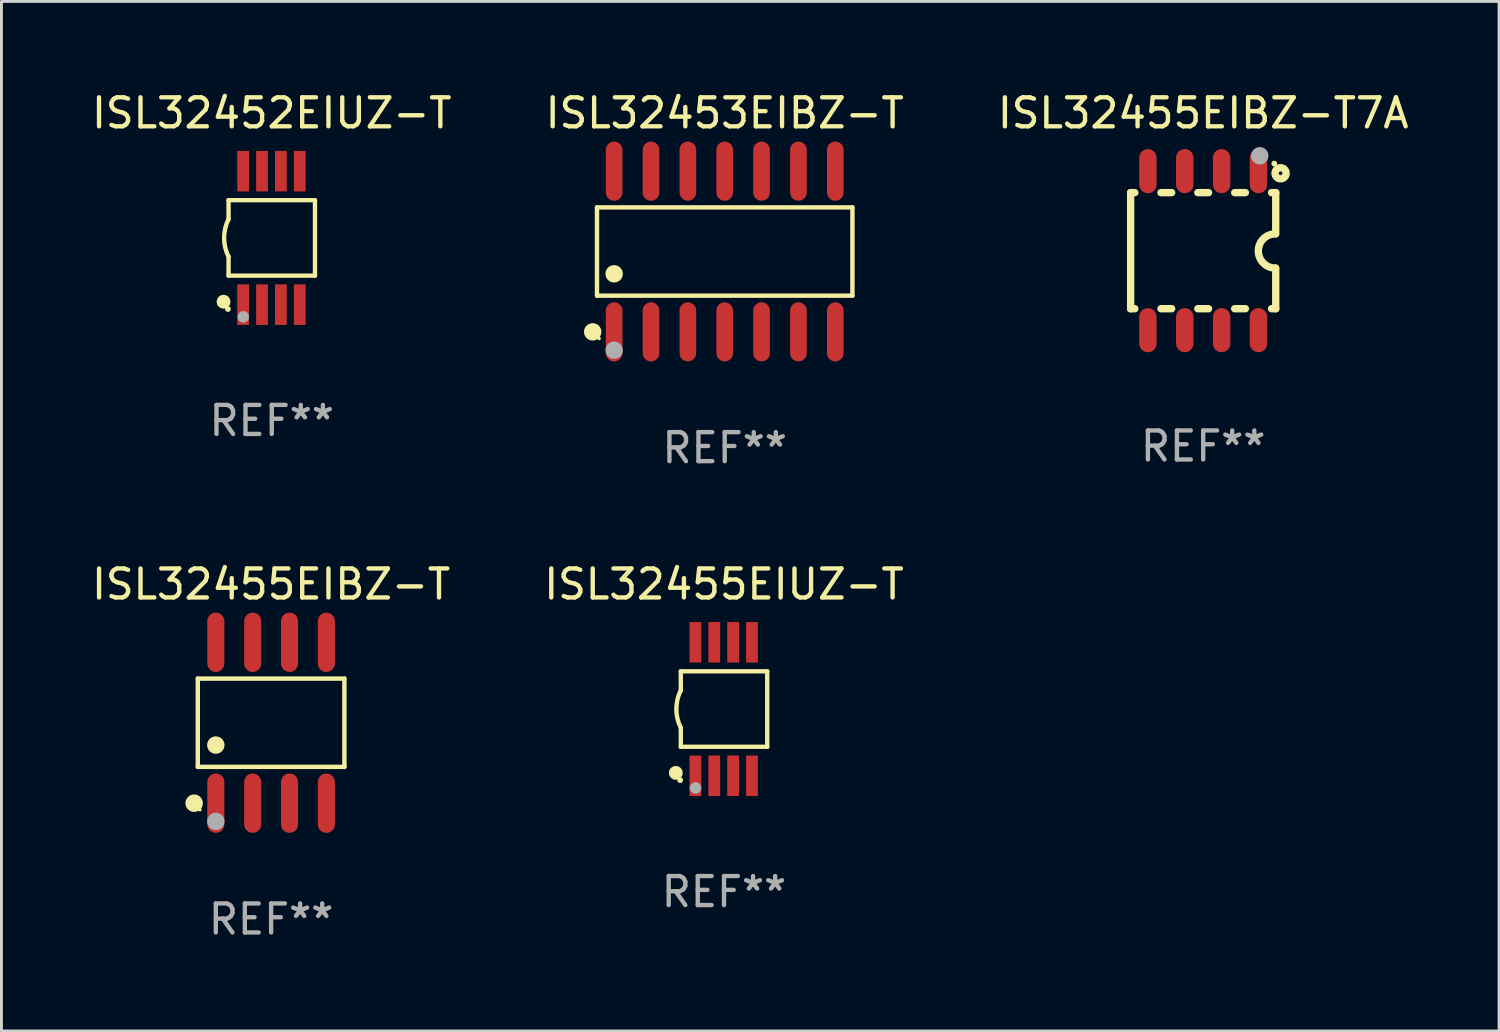
<source format=kicad_pcb>
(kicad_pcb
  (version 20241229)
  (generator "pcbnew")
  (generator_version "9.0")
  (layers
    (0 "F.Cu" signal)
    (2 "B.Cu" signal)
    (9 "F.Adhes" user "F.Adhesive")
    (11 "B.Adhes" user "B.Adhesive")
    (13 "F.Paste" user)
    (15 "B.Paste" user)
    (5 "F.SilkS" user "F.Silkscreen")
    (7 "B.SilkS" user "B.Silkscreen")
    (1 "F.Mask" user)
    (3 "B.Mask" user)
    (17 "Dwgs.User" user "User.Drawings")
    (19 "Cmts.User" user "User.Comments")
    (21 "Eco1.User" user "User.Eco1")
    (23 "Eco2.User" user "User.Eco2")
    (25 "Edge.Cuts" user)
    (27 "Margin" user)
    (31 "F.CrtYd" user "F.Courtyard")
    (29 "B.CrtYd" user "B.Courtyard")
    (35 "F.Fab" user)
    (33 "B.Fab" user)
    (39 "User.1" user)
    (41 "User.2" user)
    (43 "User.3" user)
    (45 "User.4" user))
  (footprint "ISL32455EIUZ-T"
    (layer "F.Cu")
    (at 21.899 21.383)
    (property "Reference" "ISL32455EIUZ-T" (at 0 -4.3 0) (layer "F.SilkS") (effects (font (size 1 1) (thickness 0.15))))
    (attr through_hole)
    (fp_line (start -1.489 -1.3) (end -1.489 -0.648) (stroke (width 0.15) (type solid)) (layer "F.SilkS"))
    (fp_line (start -1.489 0.648) (end -1.489 1.3) (stroke (width 0.15) (type solid)) (layer "F.SilkS"))
    (fp_line (start -1.489 1.3) (end 1.489 1.3) (stroke (width 0.15) (type solid)) (layer "F.SilkS"))
    (fp_line (start 1.489 -1.3) (end -1.489 -1.3) (stroke (width 0.15) (type solid)) (layer "F.SilkS"))
    (fp_line (start 1.489 1.3) (end 1.489 -1.3) (stroke (width 0.15) (type solid)) (layer "F.SilkS"))
    (fp_arc (start -1.489205 0.647702) (mid -1.642107 0) (end -1.489205 -0.647701) (stroke (width 0.150013) (type solid)) (layer "F.SilkS"))
    (fp_circle (center -1.661 2.2) (end -1.541 2.2) (stroke (width 0.24) (type solid)) (fill no) (layer "F.SilkS"))
    (fp_circle (center -1.511 2.45) (end -1.461 2.45) (stroke (width 0.1) (type solid)) (fill no) (layer "F.SilkS"))
    (fp_circle (center -0.981 2.72) (end -0.881 2.72) (stroke (width 0.2) (type solid)) (fill no) (layer "F.Fab"))
    (fp_text user "REF**" (at 0 6.3 0) (layer "F.Fab") (effects (font (size 1 1) (thickness 0.15))))
    (pad "1" smd rect (at -0.986 2.3) (size 0.406 1.397) (layers "F.Cu" "F.Mask" "F.Paste"))
    (pad "2" smd rect (at -0.336 2.3) (size 0.406 1.397) (layers "F.Cu" "F.Mask" "F.Paste"))
    (pad "3" smd rect (at 0.314 2.3) (size 0.406 1.397) (layers "F.Cu" "F.Mask" "F.Paste"))
    (pad "4" smd rect (at 0.964 2.3) (size 0.406 1.397) (layers "F.Cu" "F.Mask" "F.Paste"))
    (pad "5" smd rect (at 0.964 -2.3) (size 0.406 1.397) (layers "F.Cu" "F.Mask" "F.Paste"))
    (pad "6" smd rect (at 0.314 -2.3) (size 0.406 1.397) (layers "F.Cu" "F.Mask" "F.Paste"))
    (pad "7" smd rect (at -0.336 -2.3) (size 0.406 1.397) (layers "F.Cu" "F.Mask" "F.Paste"))
    (pad "8" smd rect (at -0.986 -2.3) (size 0.406 1.397) (layers "F.Cu" "F.Mask" "F.Paste")))
  (footprint "ISL32452EIUZ-T"
    (layer "F.Cu")
    (at 6.315 5.148)
    (property "Reference" "ISL32452EIUZ-T" (at 0 -4.3 0) (layer "F.SilkS") (effects (font (size 1 1) (thickness 0.15))))
    (attr through_hole)
    (fp_line (start -1.489 -1.3) (end -1.489 -0.648) (stroke (width 0.15) (type solid)) (layer "F.SilkS"))
    (fp_line (start -1.489 0.648) (end -1.489 1.3) (stroke (width 0.15) (type solid)) (layer "F.SilkS"))
    (fp_line (start -1.489 1.3) (end 1.489 1.3) (stroke (width 0.15) (type solid)) (layer "F.SilkS"))
    (fp_line (start 1.489 -1.3) (end -1.489 -1.3) (stroke (width 0.15) (type solid)) (layer "F.SilkS"))
    (fp_line (start 1.489 1.3) (end 1.489 -1.3) (stroke (width 0.15) (type solid)) (layer "F.SilkS"))
    (fp_arc (start -1.489205 0.647702) (mid -1.642107 0) (end -1.489205 -0.647701) (stroke (width 0.150013) (type solid)) (layer "F.SilkS"))
    (fp_circle (center -1.661 2.2) (end -1.541 2.2) (stroke (width 0.24) (type solid)) (fill no) (layer "F.SilkS"))
    (fp_circle (center -1.511 2.45) (end -1.461 2.45) (stroke (width 0.1) (type solid)) (fill no) (layer "F.SilkS"))
    (fp_circle (center -0.981 2.72) (end -0.881 2.72) (stroke (width 0.2) (type solid)) (fill no) (layer "F.Fab"))
    (fp_text user "REF**" (at 0 6.3 0) (layer "F.Fab") (effects (font (size 1 1) (thickness 0.15))))
    (pad "1" smd rect (at -0.986 2.3) (size 0.406 1.397) (layers "F.Cu" "F.Mask" "F.Paste"))
    (pad "2" smd rect (at -0.336 2.3) (size 0.406 1.397) (layers "F.Cu" "F.Mask" "F.Paste"))
    (pad "3" smd rect (at 0.314 2.3) (size 0.406 1.397) (layers "F.Cu" "F.Mask" "F.Paste"))
    (pad "4" smd rect (at 0.964 2.3) (size 0.406 1.397) (layers "F.Cu" "F.Mask" "F.Paste"))
    (pad "5" smd rect (at 0.964 -2.3) (size 0.406 1.397) (layers "F.Cu" "F.Mask" "F.Paste"))
    (pad "6" smd rect (at 0.314 -2.3) (size 0.406 1.397) (layers "F.Cu" "F.Mask" "F.Paste"))
    (pad "7" smd rect (at -0.336 -2.3) (size 0.406 1.397) (layers "F.Cu" "F.Mask" "F.Paste"))
    (pad "8" smd rect (at -0.986 -2.3) (size 0.406 1.397) (layers "F.Cu" "F.Mask" "F.Paste")))
  (footprint "ISL32453EIBZ-T"
    (layer "F.Cu")
    (at 21.923 5.617)
    (property "Reference" "ISL32453EIBZ-T" (at 0 -4.769 0) (layer "F.SilkS") (effects (font (size 1 1) (thickness 0.15))))
    (attr through_hole)
    (fp_line (start -4.401 -1.521) (end 4.401 -1.521) (stroke (width 0.152) (type solid)) (layer "F.SilkS"))
    (fp_line (start -4.401 1.521) (end -4.401 -1.521) (stroke (width 0.152) (type solid)) (layer "F.SilkS"))
    (fp_line (start 4.401 -1.521) (end 4.401 1.521) (stroke (width 0.152) (type solid)) (layer "F.SilkS"))
    (fp_line (start 4.401 1.521) (end -4.401 1.521) (stroke (width 0.152) (type solid)) (layer "F.SilkS"))
    (fp_circle (center -4.549 2.769) (end -4.399 2.769) (stroke (width 0.3) (type solid)) (fill no) (layer "F.SilkS"))
    (fp_circle (center -4.325 3) (end -4.295 3) (stroke (width 0.06) (type solid)) (fill no) (layer "F.SilkS"))
    (fp_circle (center -3.81 0.769) (end -3.66 0.769) (stroke (width 0.3) (type solid)) (fill no) (layer "F.SilkS"))
    (fp_circle (center -3.81 3.4) (end -3.66 3.4) (stroke (width 0.3) (type solid)) (fill no) (layer "F.Fab"))
    (fp_text user "REF**" (at 0 6.769 0) (layer "F.Fab") (effects (font (size 1 1) (thickness 0.15))))
    (pad "1" smd oval (at -3.81 2.769) (size 0.574 2.038) (layers "F.Cu" "F.Mask" "F.Paste"))
    (pad "2" smd oval (at -2.54 2.769) (size 0.574 2.038) (layers "F.Cu" "F.Mask" "F.Paste"))
    (pad "3" smd oval (at -1.27 2.769) (size 0.574 2.038) (layers "F.Cu" "F.Mask" "F.Paste"))
    (pad "4" smd oval (at 0 2.769) (size 0.574 2.038) (layers "F.Cu" "F.Mask" "F.Paste"))
    (pad "5" smd oval (at 1.27 2.769) (size 0.574 2.038) (layers "F.Cu" "F.Mask" "F.Paste"))
    (pad "6" smd oval (at 2.54 2.769) (size 0.574 2.038) (layers "F.Cu" "F.Mask" "F.Paste"))
    (pad "7" smd oval (at 3.81 2.769) (size 0.574 2.038) (layers "F.Cu" "F.Mask" "F.Paste"))
    (pad "8" smd oval (at 3.81 -2.769) (size 0.574 2.038) (layers "F.Cu" "F.Mask" "F.Paste"))
    (pad "9" smd oval (at 2.54 -2.769) (size 0.574 2.038) (layers "F.Cu" "F.Mask" "F.Paste"))
    (pad "10" smd oval (at 1.27 -2.769) (size 0.574 2.038) (layers "F.Cu" "F.Mask" "F.Paste"))
    (pad "11" smd oval (at 0 -2.769) (size 0.574 2.038) (layers "F.Cu" "F.Mask" "F.Paste"))
    (pad "12" smd oval (at -1.27 -2.769) (size 0.574 2.038) (layers "F.Cu" "F.Mask" "F.Paste"))
    (pad "13" smd oval (at -2.54 -2.769) (size 0.574 2.038) (layers "F.Cu" "F.Mask" "F.Paste"))
    (pad "14" smd oval (at -3.81 -2.769) (size 0.574 2.038) (layers "F.Cu" "F.Mask" "F.Paste")))
  (footprint "ISL32455EIBZ-T"
    (layer "F.Cu")
    (at 6.292 21.855)
    (property "Reference" "ISL32455EIBZ-T" (at 0 -4.772 0) (layer "F.SilkS") (effects (font (size 1 1) (thickness 0.15))))
    (attr through_hole)
    (fp_line (start -2.526 -1.521) (end 2.526 -1.521) (stroke (width 0.152) (type solid)) (layer "F.SilkS"))
    (fp_line (start -2.526 1.521) (end -2.526 -1.521) (stroke (width 0.152) (type solid)) (layer "F.SilkS"))
    (fp_line (start 2.526 -1.521) (end 2.526 1.521) (stroke (width 0.152) (type solid)) (layer "F.SilkS"))
    (fp_line (start 2.526 1.521) (end -2.526 1.521) (stroke (width 0.152) (type solid)) (layer "F.SilkS"))
    (fp_circle (center -2.652 2.772) (end -2.501 2.772) (stroke (width 0.3) (type solid)) (fill no) (layer "F.SilkS"))
    (fp_circle (center -2.45 3) (end -2.42 3) (stroke (width 0.06) (type solid)) (fill no) (layer "F.SilkS"))
    (fp_circle (center -1.905 0.769) (end -1.755 0.769) (stroke (width 0.3) (type solid)) (fill no) (layer "F.SilkS"))
    (fp_circle (center -1.905 3.4) (end -1.755 3.4) (stroke (width 0.3) (type solid)) (fill no) (layer "F.Fab"))
    (fp_text user "REF**" (at 0 6.772 0) (layer "F.Fab") (effects (font (size 1 1) (thickness 0.15))))
    (pad "1" smd oval (at -1.905 2.772) (size 0.588 2.045) (layers "F.Cu" "F.Mask" "F.Paste"))
    (pad "2" smd oval (at -0.635 2.772) (size 0.588 2.045) (layers "F.Cu" "F.Mask" "F.Paste"))
    (pad "3" smd oval (at 0.635 2.772) (size 0.588 2.045) (layers "F.Cu" "F.Mask" "F.Paste"))
    (pad "4" smd oval (at 1.905 2.772) (size 0.588 2.045) (layers "F.Cu" "F.Mask" "F.Paste"))
    (pad "5" smd oval (at 1.905 -2.772) (size 0.588 2.045) (layers "F.Cu" "F.Mask" "F.Paste"))
    (pad "6" smd oval (at 0.635 -2.772) (size 0.588 2.045) (layers "F.Cu" "F.Mask" "F.Paste"))
    (pad "7" smd oval (at -0.635 -2.772) (size 0.588 2.045) (layers "F.Cu" "F.Mask" "F.Paste"))
    (pad "8" smd oval (at -1.905 -2.772) (size 0.588 2.045) (layers "F.Cu" "F.Mask" "F.Paste")))
  (footprint "ISL32455EIBZ-T7A"
    (layer "F.Cu")
    (at 38.411 5.588)
    (property "Reference" "ISL32455EIBZ-T7A" (at 0 -4.74 0) (layer "F.SilkS") (effects (font (size 1 1) (thickness 0.15))))
    (attr through_hole)
    (fp_line (start -2.5 2) (end -2.5 -2) (stroke (width 0.254) (type solid)) (layer "F.SilkS"))
    (fp_line (start -2.356 -2) (end -2.5 -2) (stroke (width 0.254) (type solid)) (layer "F.SilkS"))
    (fp_line (start -2.356 2) (end -2.5 2) (stroke (width 0.254) (type solid)) (layer "F.SilkS"))
    (fp_line (start -1.086 -2) (end -1.454 -2) (stroke (width 0.254) (type solid)) (layer "F.SilkS"))
    (fp_line (start -1.086 2) (end -1.454 2) (stroke (width 0.254) (type solid)) (layer "F.SilkS"))
    (fp_line (start 0.184 -2) (end -0.184 -2) (stroke (width 0.254) (type solid)) (layer "F.SilkS"))
    (fp_line (start 0.184 2) (end -0.184 2) (stroke (width 0.254) (type solid)) (layer "F.SilkS"))
    (fp_line (start 1.454 -2) (end 1.086 -2) (stroke (width 0.254) (type solid)) (layer "F.SilkS"))
    (fp_line (start 1.454 2) (end 1.086 2) (stroke (width 0.254) (type solid)) (layer "F.SilkS"))
    (fp_line (start 2.5 -2) (end 2.356 -2) (stroke (width 0.254) (type solid)) (layer "F.SilkS"))
    (fp_line (start 2.5 -0.58) (end 2.5 -2) (stroke (width 0.254) (type solid)) (layer "F.SilkS"))
    (fp_line (start 2.5 2) (end 2.356 2) (stroke (width 0.254) (type solid)) (layer "F.SilkS"))
    (fp_line (start 2.5 2) (end 2.5 0.6) (stroke (width 0.254) (type solid)) (layer "F.SilkS"))
    (fp_arc (start 2.489992 0.600051) (mid 1.901674 0.010046) (end 2.489992 -0.579959) (stroke (width 0.254001) (type solid)) (layer "F.SilkS"))
    (fp_circle (center 2.45 -3) (end 2.5 -3) (stroke (width 0.1) (type solid)) (fill no) (layer "F.SilkS"))
    (fp_circle (center 2.667 -2.667) (end 2.858 -2.667) (stroke (width 0.254) (type solid)) (fill no) (layer "F.SilkS"))
    (fp_circle (center 1.95 -3.27) (end 2.1 -3.27) (stroke (width 0.3) (type solid)) (fill no) (layer "F.Fab"))
    (fp_text user "REF**" (at 0 6.74 0) (layer "F.Fab") (effects (font (size 1 1) (thickness 0.15))))
    (pad "1" smd oval (at 1.905 -2.74) (size 0.6 1.52) (layers "F.Cu" "F.Mask" "F.Paste"))
    (pad "2" smd oval (at 0.635 -2.74) (size 0.6 1.52) (layers "F.Cu" "F.Mask" "F.Paste"))
    (pad "3" smd oval (at -0.635 -2.74) (size 0.6 1.52) (layers "F.Cu" "F.Mask" "F.Paste"))
    (pad "4" smd oval (at -1.905 -2.74) (size 0.6 1.52) (layers "F.Cu" "F.Mask" "F.Paste"))
    (pad "5" smd oval (at -1.905 2.74) (size 0.6 1.52) (layers "F.Cu" "F.Mask" "F.Paste"))
    (pad "6" smd oval (at -0.635 2.74) (size 0.6 1.52) (layers "F.Cu" "F.Mask" "F.Paste"))
    (pad "7" smd oval (at 0.635 2.74) (size 0.6 1.52) (layers "F.Cu" "F.Mask" "F.Paste"))
    (pad "8" smd oval (at 1.905 2.74) (size 0.6 1.52) (layers "F.Cu" "F.Mask" "F.Paste")))
  (gr_rect
    (start -3 -3)
    (end 48.607 32.476)
    (stroke (width 0.1) (type default))
    (fill no)
    (layer "Edge.Cuts")))
</source>
